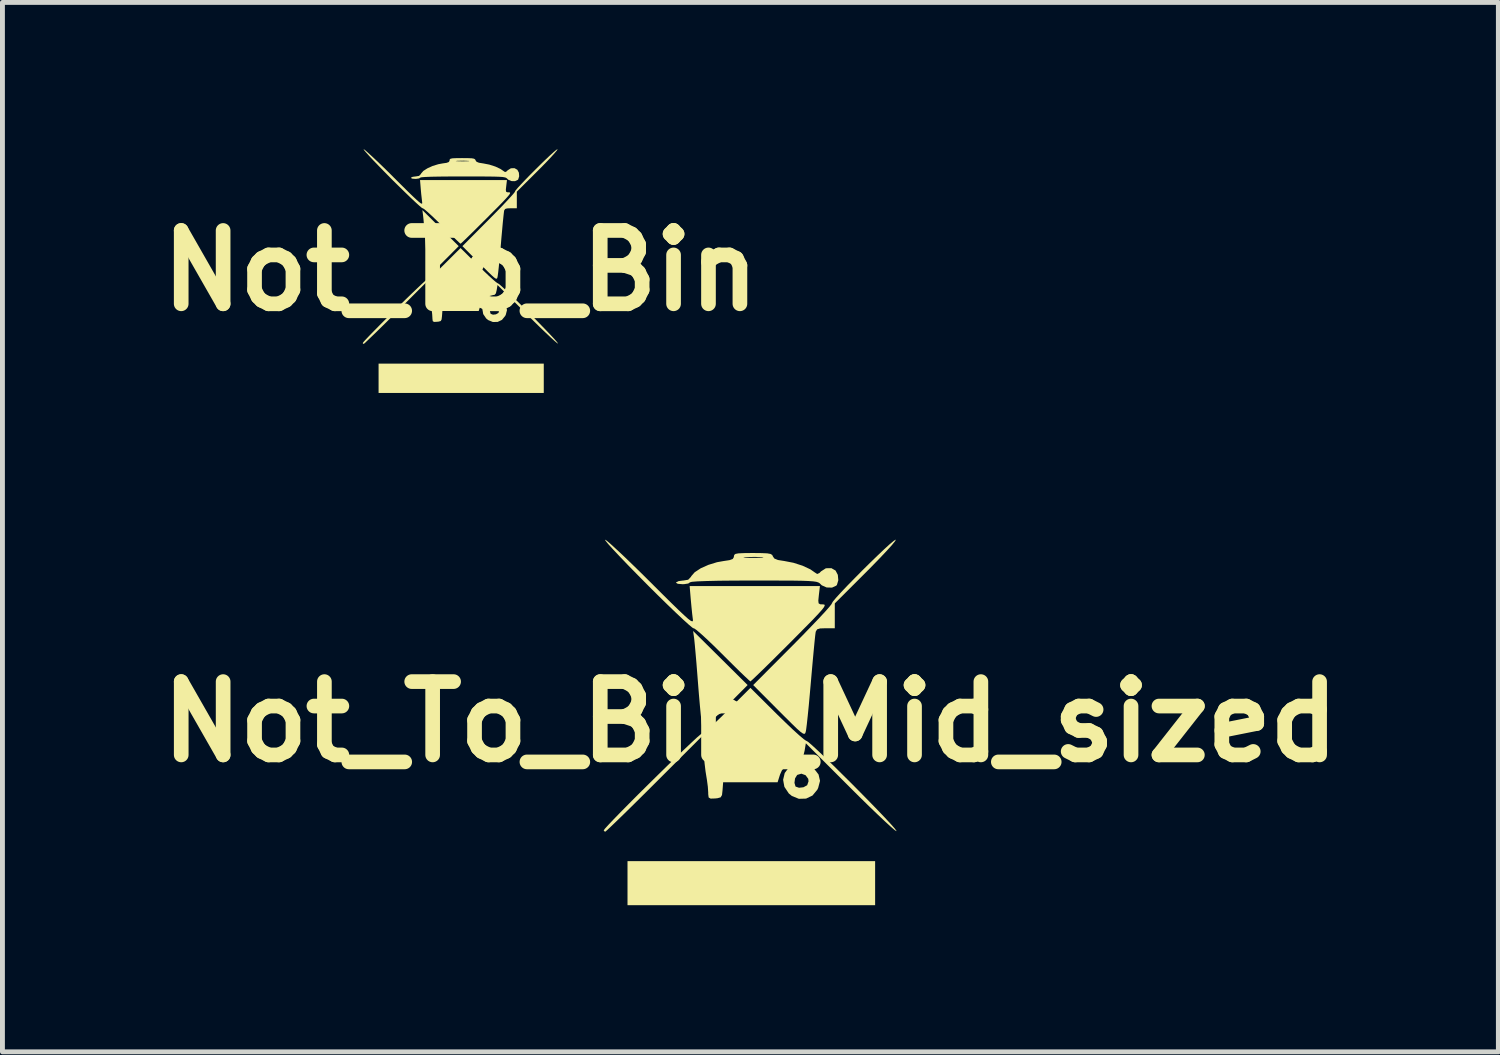
<source format=kicad_pcb>
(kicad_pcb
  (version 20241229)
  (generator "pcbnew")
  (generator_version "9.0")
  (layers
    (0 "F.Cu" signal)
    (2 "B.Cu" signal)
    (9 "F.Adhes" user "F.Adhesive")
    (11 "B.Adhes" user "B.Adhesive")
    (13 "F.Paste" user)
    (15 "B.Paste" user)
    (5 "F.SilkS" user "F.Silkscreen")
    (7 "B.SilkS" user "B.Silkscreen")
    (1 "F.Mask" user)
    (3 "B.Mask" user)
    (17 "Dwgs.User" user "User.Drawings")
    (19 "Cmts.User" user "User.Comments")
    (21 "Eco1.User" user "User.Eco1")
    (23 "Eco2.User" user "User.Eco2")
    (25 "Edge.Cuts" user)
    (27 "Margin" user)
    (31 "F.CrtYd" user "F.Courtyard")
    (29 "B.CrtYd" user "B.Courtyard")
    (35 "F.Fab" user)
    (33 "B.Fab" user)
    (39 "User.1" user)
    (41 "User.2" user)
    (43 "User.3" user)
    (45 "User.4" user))
  (footprint "Not_To_Bin_Mid_sized"
    (layer "F.Cu")
    (at 12.3 11.714)
    (property "Reference" "Not_To_Bin_Mid_sized" (at 0 0 0) (layer "F.SilkS") (effects (font (size 1.5 1.5) (thickness 0.3))))
    (attr board_only exclude_from_pos_files exclude_from_bom)
    (fp_poly (pts (xy 2.551 3.302) (xy 2.551 3.752) (xy 0.019 3.752) (xy -2.514 3.752) (xy -2.514 3.302) (xy -2.514 2.851) (xy 0.019 2.851) (xy 2.551 2.851)) (stroke (width 0) (type solid)) (fill yes) (layer "F.SilkS"))
    (fp_poly (pts (xy -0.614 -1.304) (xy -0.057 -0.751) (xy -0.506 -0.3) (xy -0.655 -0.152) (xy -0.786 -0.024) (xy -0.889 0.074) (xy -0.956 0.135) (xy -0.977 0.15) (xy -0.986 0.114) (xy -0.999 0.014) (xy -1.015 -0.14) (xy -1.034 -0.337) (xy -1.054 -0.567) (xy -1.065 -0.703) (xy -1.085 -0.958) (xy -1.104 -1.197) (xy -1.122 -1.405) (xy -1.137 -1.57) (xy -1.148 -1.68) (xy -1.151 -1.707) (xy -1.172 -1.857)) (stroke (width 0) (type solid)) (fill yes) (layer "F.SilkS"))
    (fp_poly (pts (xy 1.177 0.85) (xy 1.254 0.909) (xy 1.293 0.948) (xy 1.394 1.079) (xy 1.424 1.209) (xy 1.386 1.353) (xy 1.369 1.389) (xy 1.27 1.509) (xy 1.138 1.572) (xy 0.991 1.576) (xy 0.848 1.518) (xy 0.785 1.466) (xy 0.695 1.331) (xy 0.68 1.25) (xy 0.901 1.25) (xy 0.922 1.322) (xy 0.925 1.326) (xy 0.994 1.35) (xy 1.085 1.34) (xy 1.158 1.3) (xy 1.162 1.296) (xy 1.189 1.218) (xy 1.183 1.167) (xy 1.128 1.093) (xy 1.042 1.062) (xy 0.958 1.087) (xy 0.955 1.09) (xy 0.913 1.159) (xy 0.901 1.25) (xy 0.68 1.25) (xy 0.669 1.186) (xy 0.702 1.048) (xy 0.789 0.932) (xy 0.923 0.855) (xy 1.003 0.837) (xy 1.104 0.83)) (stroke (width 0) (type solid)) (fill yes) (layer "F.SilkS"))
    (fp_poly (pts (xy 2.976 -3.725) (xy 2.956 -3.69) (xy 2.891 -3.61) (xy 2.785 -3.493) (xy 2.647 -3.347) (xy 2.484 -3.179) (xy 2.362 -3.056) (xy 1.726 -2.421) (xy 1.726 -2.167) (xy 1.726 -1.913) (xy 1.539 -1.913) (xy 1.425 -1.909) (xy 1.366 -1.891) (xy 1.339 -1.849) (xy 1.334 -1.829) (xy 1.326 -1.769) (xy 1.313 -1.646) (xy 1.296 -1.47) (xy 1.276 -1.254) (xy 1.254 -1.009) (xy 1.238 -0.825) (xy 1.215 -0.565) (xy 1.193 -0.324) (xy 1.172 -0.116) (xy 1.154 0.05) (xy 1.14 0.16) (xy 1.133 0.198) (xy 1.123 0.232) (xy 1.106 0.248) (xy 1.077 0.242) (xy 1.027 0.208) (xy 0.95 0.14) (xy 0.839 0.032) (xy 0.686 -0.12) (xy 0.582 -0.224) (xy 0.057 -0.751) (xy 0.869 -1.566) (xy 1.07 -1.77) (xy 1.251 -1.958) (xy 1.408 -2.122) (xy 1.533 -2.257) (xy 1.62 -2.356) (xy 1.662 -2.411) (xy 1.665 -2.42) (xy 1.686 -2.457) (xy 1.751 -2.535) (xy 1.853 -2.647) (xy 1.982 -2.783) (xy 2.131 -2.935) (xy 2.289 -3.095) (xy 2.45 -3.254) (xy 2.603 -3.402) (xy 2.741 -3.533) (xy 2.854 -3.636) (xy 2.935 -3.703) (xy 2.974 -3.726)) (stroke (width 0) (type solid)) (fill yes) (layer "F.SilkS"))
    (fp_poly (pts (xy -2.945 -3.708) (xy -2.868 -3.644) (xy -2.751 -3.537) (xy -2.599 -3.395) (xy -2.42 -3.223) (xy -2.219 -3.027) (xy -2.056 -2.865) (xy -1.814 -2.624) (xy -1.62 -2.432) (xy -1.469 -2.285) (xy -1.355 -2.178) (xy -1.275 -2.106) (xy -1.221 -2.066) (xy -1.19 -2.053) (xy -1.177 -2.062) (xy -1.176 -2.089) (xy -1.178 -2.101) (xy -1.191 -2.206) (xy -1.206 -2.354) (xy -1.22 -2.504) (xy -1.243 -2.776) (xy 0.09 -2.776) (xy 1.422 -2.776) (xy 1.4 -2.589) (xy 1.389 -2.478) (xy 1.395 -2.423) (xy 1.428 -2.403) (xy 1.486 -2.401) (xy 1.513 -2.397) (xy 1.521 -2.381) (xy 1.507 -2.348) (xy 1.465 -2.292) (xy 1.39 -2.208) (xy 1.279 -2.09) (xy 1.125 -1.934) (xy 0.926 -1.733) (xy 0.807 -1.613) (xy 0.608 -1.415) (xy 0.426 -1.234) (xy 0.268 -1.079) (xy 0.14 -0.955) (xy 0.05 -0.869) (xy 0.004 -0.828) (xy -0.000134 -0.825) (xy -0.031 -0.851) (xy -0.107 -0.922) (xy -0.22 -1.03) (xy -0.361 -1.169) (xy -0.523 -1.33) (xy -0.582 -1.389) (xy -0.748 -1.553) (xy -0.896 -1.694) (xy -1.018 -1.805) (xy -1.107 -1.88) (xy -1.153 -1.911) (xy -1.158 -1.909) (xy -1.187 -1.925) (xy -1.262 -1.988) (xy -1.378 -2.093) (xy -1.528 -2.234) (xy -1.707 -2.406) (xy -1.907 -2.602) (xy -2.085 -2.779) (xy -2.298 -2.994) (xy -2.493 -3.193) (xy -2.663 -3.37) (xy -2.802 -3.518) (xy -2.904 -3.63) (xy -2.963 -3.702) (xy -2.976 -3.726)) (stroke (width 0) (type solid)) (fill yes) (layer "F.SilkS"))
    (fp_poly (pts (xy 0.228 -3.45) (xy 0.344 -3.445) (xy 0.411 -3.433) (xy 0.446 -3.412) (xy 0.46 -3.382) (xy 0.49 -3.339) (xy 0.563 -3.309) (xy 0.695 -3.288) (xy 0.881 -3.252) (xy 1.067 -3.192) (xy 1.226 -3.118) (xy 1.315 -3.056) (xy 1.366 -3.023) (xy 1.412 -3.043) (xy 1.444 -3.076) (xy 1.544 -3.14) (xy 1.656 -3.142) (xy 1.742 -3.093) (xy 1.788 -3.005) (xy 1.798 -2.895) (xy 1.77 -2.801) (xy 1.756 -2.784) (xy 1.669 -2.744) (xy 1.559 -2.747) (xy 1.46 -2.791) (xy 1.436 -2.814) (xy 1.416 -2.834) (xy 1.389 -2.85) (xy 1.348 -2.863) (xy 1.284 -2.872) (xy 1.191 -2.879) (xy 1.059 -2.884) (xy 0.883 -2.887) (xy 0.653 -2.888) (xy 0.362 -2.889) (xy 0.067 -2.889) (xy -0.319 -2.888) (xy -0.641 -2.885) (xy -0.895 -2.879) (xy -1.081 -2.872) (xy -1.196 -2.863) (xy -1.238 -2.852) (xy -1.238 -2.851) (xy -1.271 -2.828) (xy -1.355 -2.815) (xy -1.39 -2.814) (xy -1.485 -2.822) (xy -1.522 -2.843) (xy -1.519 -2.851) (xy -1.469 -2.877) (xy -1.379 -2.889) (xy -1.373 -2.889) (xy -1.273 -2.905) (xy -1.216 -2.965) (xy -1.209 -2.979) (xy -1.14 -3.058) (xy -1.017 -3.139) (xy -0.858 -3.21) (xy -0.682 -3.264) (xy -0.553 -3.287) (xy -0.428 -3.306) (xy -0.362 -3.33) (xy -0.343 -3.361) (xy -0.146 -3.361) (xy -0.121 -3.356) (xy -0.035 -3.353) (xy 0.056 -3.352) (xy 0.184 -3.354) (xy 0.256 -3.357) (xy 0.267 -3.362) (xy 0.236 -3.367) (xy 0.094 -3.372) (xy -0.063 -3.369) (xy -0.102 -3.367) (xy -0.146 -3.361) (xy -0.343 -3.361) (xy -0.339 -3.367) (xy -0.338 -3.382) (xy -0.331 -3.413) (xy -0.304 -3.434) (xy -0.242 -3.445) (xy -0.132 -3.45) (xy 0.039 -3.452) (xy 0.052 -3.452)) (stroke (width 0) (type solid)) (fill yes) (layer "F.SilkS"))
    (fp_poly (pts (xy 0.553 -0.144) (xy 0.721 0.019) (xy 0.871 0.162) (xy 0.997 0.276) (xy 1.089 0.354) (xy 1.139 0.389) (xy 1.145 0.39) (xy 1.18 0.411) (xy 1.259 0.479) (xy 1.375 0.586) (xy 1.521 0.724) (xy 1.689 0.887) (xy 1.871 1.067) (xy 2.062 1.256) (xy 2.252 1.448) (xy 2.435 1.634) (xy 2.604 1.808) (xy 2.751 1.962) (xy 2.869 2.089) (xy 2.95 2.181) (xy 2.988 2.232) (xy 2.989 2.239) (xy 2.957 2.22) (xy 2.878 2.153) (xy 2.76 2.045) (xy 2.607 1.901) (xy 2.426 1.727) (xy 2.224 1.529) (xy 2.047 1.353) (xy 1.134 0.44) (xy 1.108 0.595) (xy 1.083 0.696) (xy 1.047 0.741) (xy 0.996 0.75) (xy 0.867 0.784) (xy 0.742 0.872) (xy 0.643 0.997) (xy 0.606 1.08) (xy 0.556 1.238) (xy -0.001 1.238) (xy -0.558 1.238) (xy -0.57 1.398) (xy -0.581 1.498) (xy -0.609 1.546) (xy -0.674 1.564) (xy -0.722 1.569) (xy -0.814 1.572) (xy -0.854 1.549) (xy -0.863 1.481) (xy -0.863 1.449) (xy -0.871 1.328) (xy -0.89 1.185) (xy -0.898 1.137) (xy -0.918 1.013) (xy -0.938 0.846) (xy -0.955 0.667) (xy -0.958 0.623) (xy -0.983 0.29) (xy -1.964 1.27) (xy -2.188 1.493) (xy -2.395 1.698) (xy -2.579 1.879) (xy -2.736 2.031) (xy -2.857 2.147) (xy -2.938 2.223) (xy -2.973 2.251) (xy -2.974 2.251) (xy -3.001 2.224) (xy -3.001 2.223) (xy -2.976 2.187) (xy -2.904 2.108) (xy -2.793 1.991) (xy -2.65 1.844) (xy -2.482 1.674) (xy -2.296 1.487) (xy -2.099 1.292) (xy -1.898 1.094) (xy -1.701 0.901) (xy -1.514 0.72) (xy -1.345 0.558) (xy -1.201 0.422) (xy -1.089 0.318) (xy -1.015 0.255) (xy -0.988 0.237) (xy -0.954 0.221) (xy -0.877 0.159) (xy -0.764 0.059) (xy -0.626 -0.071) (xy -0.48 -0.214) (xy 0.000072 -0.693)) (stroke (width 0) (type solid)) (fill yes) (layer "F.SilkS")))
  (footprint "Not_To_Bin"
    (layer "F.Cu")
    (at 6.371 2.486)
    (property "Reference" "Not_To_Bin" (at 0 0 0) (layer "F.SilkS") (effects (font (size 1.5 1.5) (thickness 0.3))))
    (attr board_only exclude_from_pos_files exclude_from_bom)
    (fp_poly (pts (xy 1.702 2.202) (xy 1.702 2.502) (xy 0.013 2.502) (xy -1.677 2.502) (xy -1.677 2.202) (xy -1.677 1.902) (xy 0.013 1.902) (xy 1.702 1.902)) (stroke (width 0) (type solid)) (fill yes) (layer "F.SilkS"))
    (fp_poly (pts (xy -0.41 -0.87) (xy -0.038 -0.501) (xy -0.338 -0.2) (xy -0.437 -0.101) (xy -0.524 -0.016) (xy -0.593 0.05) (xy -0.638 0.09) (xy -0.652 0.1) (xy -0.657 0.076) (xy -0.666 0.01) (xy -0.677 -0.093) (xy -0.69 -0.225) (xy -0.703 -0.378) (xy -0.71 -0.469) (xy -0.724 -0.639) (xy -0.737 -0.798) (xy -0.749 -0.937) (xy -0.758 -1.047) (xy -0.766 -1.121) (xy -0.768 -1.139) (xy -0.781 -1.239)) (stroke (width 0) (type solid)) (fill yes) (layer "F.SilkS"))
    (fp_poly (pts (xy 0.785 0.567) (xy 0.836 0.607) (xy 0.863 0.632) (xy 0.93 0.72) (xy 0.95 0.806) (xy 0.925 0.903) (xy 0.913 0.926) (xy 0.847 1.007) (xy 0.759 1.049) (xy 0.661 1.051) (xy 0.566 1.012) (xy 0.524 0.978) (xy 0.463 0.888) (xy 0.454 0.834) (xy 0.601 0.834) (xy 0.615 0.882) (xy 0.617 0.884) (xy 0.663 0.901) (xy 0.724 0.894) (xy 0.772 0.867) (xy 0.775 0.865) (xy 0.793 0.812) (xy 0.789 0.778) (xy 0.752 0.729) (xy 0.695 0.709) (xy 0.639 0.725) (xy 0.637 0.727) (xy 0.609 0.773) (xy 0.601 0.834) (xy 0.454 0.834) (xy 0.446 0.791) (xy 0.468 0.699) (xy 0.526 0.622) (xy 0.616 0.57) (xy 0.669 0.558) (xy 0.737 0.553)) (stroke (width 0) (type solid)) (fill yes) (layer "F.SilkS"))
    (fp_poly (pts (xy 1.985 -2.485) (xy 1.972 -2.461) (xy 1.928 -2.408) (xy 1.858 -2.33) (xy 1.766 -2.232) (xy 1.657 -2.12) (xy 1.575 -2.038) (xy 1.151 -1.615) (xy 1.151 -1.445) (xy 1.151 -1.276) (xy 1.026 -1.276) (xy 0.951 -1.273) (xy 0.911 -1.261) (xy 0.893 -1.233) (xy 0.89 -1.22) (xy 0.885 -1.18) (xy 0.876 -1.098) (xy 0.864 -0.981) (xy 0.851 -0.837) (xy 0.836 -0.673) (xy 0.826 -0.551) (xy 0.811 -0.377) (xy 0.796 -0.216) (xy 0.782 -0.077) (xy 0.77 0.033) (xy 0.76 0.107) (xy 0.756 0.132) (xy 0.749 0.155) (xy 0.738 0.166) (xy 0.718 0.162) (xy 0.685 0.139) (xy 0.634 0.093) (xy 0.56 0.022) (xy 0.458 -0.08) (xy 0.388 -0.15) (xy 0.038 -0.501) (xy 0.579 -1.045) (xy 0.713 -1.181) (xy 0.835 -1.306) (xy 0.939 -1.416) (xy 1.022 -1.506) (xy 1.08 -1.571) (xy 1.109 -1.608) (xy 1.111 -1.614) (xy 1.124 -1.639) (xy 1.168 -1.691) (xy 1.236 -1.765) (xy 1.322 -1.856) (xy 1.421 -1.958) (xy 1.527 -2.064) (xy 1.634 -2.17) (xy 1.736 -2.269) (xy 1.828 -2.356) (xy 1.904 -2.425) (xy 1.958 -2.47) (xy 1.984 -2.486)) (stroke (width 0) (type solid)) (fill yes) (layer "F.SilkS"))
    (fp_poly (pts (xy -1.964 -2.473) (xy -1.913 -2.43) (xy -1.835 -2.359) (xy -1.734 -2.265) (xy -1.614 -2.15) (xy -1.48 -2.019) (xy -1.372 -1.911) (xy -1.21 -1.75) (xy -1.081 -1.622) (xy -0.98 -1.524) (xy -0.904 -1.453) (xy -0.85 -1.405) (xy -0.815 -1.378) (xy -0.794 -1.369) (xy -0.785 -1.375) (xy -0.785 -1.394) (xy -0.786 -1.401) (xy -0.794 -1.472) (xy -0.805 -1.57) (xy -0.814 -1.67) (xy -0.829 -1.852) (xy 0.06 -1.852) (xy 0.949 -1.852) (xy 0.934 -1.727) (xy 0.926 -1.653) (xy 0.931 -1.616) (xy 0.953 -1.603) (xy 0.991 -1.602) (xy 1.009 -1.599) (xy 1.015 -1.588) (xy 1.005 -1.566) (xy 0.977 -1.529) (xy 0.927 -1.473) (xy 0.853 -1.394) (xy 0.751 -1.29) (xy 0.617 -1.156) (xy 0.538 -1.076) (xy 0.405 -0.944) (xy 0.284 -0.823) (xy 0.179 -0.72) (xy 0.094 -0.637) (xy 0.034 -0.58) (xy 0.003 -0.552) (xy -0.00009 -0.551) (xy -0.021 -0.567) (xy -0.071 -0.615) (xy -0.147 -0.687) (xy -0.241 -0.78) (xy -0.349 -0.887) (xy -0.388 -0.926) (xy -0.499 -1.036) (xy -0.598 -1.13) (xy -0.679 -1.204) (xy -0.738 -1.254) (xy -0.769 -1.274) (xy -0.773 -1.274) (xy -0.792 -1.284) (xy -0.842 -1.326) (xy -0.919 -1.396) (xy -1.019 -1.49) (xy -1.138 -1.605) (xy -1.272 -1.736) (xy -1.391 -1.853) (xy -1.533 -1.997) (xy -1.663 -2.13) (xy -1.776 -2.247) (xy -1.869 -2.346) (xy -1.937 -2.422) (xy -1.976 -2.469) (xy -1.985 -2.485)) (stroke (width 0) (type solid)) (fill yes) (layer "F.SilkS"))
    (fp_poly (pts (xy 0.152 -2.301) (xy 0.229 -2.298) (xy 0.274 -2.29) (xy 0.297 -2.276) (xy 0.307 -2.256) (xy 0.327 -2.227) (xy 0.376 -2.207) (xy 0.464 -2.193) (xy 0.588 -2.169) (xy 0.712 -2.129) (xy 0.817 -2.08) (xy 0.877 -2.038) (xy 0.911 -2.016) (xy 0.942 -2.03) (xy 0.963 -2.052) (xy 1.03 -2.094) (xy 1.104 -2.096) (xy 1.162 -2.063) (xy 1.193 -2.004) (xy 1.199 -1.931) (xy 1.18 -1.868) (xy 1.171 -1.857) (xy 1.113 -1.83) (xy 1.04 -1.832) (xy 0.974 -1.861) (xy 0.958 -1.877) (xy 0.944 -1.89) (xy 0.927 -1.901) (xy 0.899 -1.909) (xy 0.857 -1.916) (xy 0.794 -1.92) (xy 0.707 -1.923) (xy 0.589 -1.925) (xy 0.435 -1.926) (xy 0.241 -1.927) (xy 0.044 -1.927) (xy -0.213 -1.926) (xy -0.427 -1.924) (xy -0.597 -1.921) (xy -0.721 -1.916) (xy -0.798 -1.91) (xy -0.826 -1.902) (xy -0.826 -1.902) (xy -0.848 -1.886) (xy -0.904 -1.878) (xy -0.927 -1.877) (xy -0.991 -1.882) (xy -1.015 -1.896) (xy -1.013 -1.902) (xy -0.98 -1.919) (xy -0.92 -1.927) (xy -0.916 -1.927) (xy -0.849 -1.938) (xy -0.811 -1.977) (xy -0.807 -1.987) (xy -0.761 -2.04) (xy -0.678 -2.093) (xy -0.572 -2.141) (xy -0.455 -2.177) (xy -0.369 -2.193) (xy -0.286 -2.205) (xy -0.242 -2.221) (xy -0.228 -2.242) (xy -0.097 -2.242) (xy -0.081 -2.239) (xy -0.023 -2.237) (xy 0.038 -2.236) (xy 0.122 -2.237) (xy 0.171 -2.239) (xy 0.178 -2.243) (xy 0.157 -2.245) (xy 0.063 -2.249) (xy -0.042 -2.247) (xy -0.068 -2.246) (xy -0.097 -2.242) (xy -0.228 -2.242) (xy -0.226 -2.246) (xy -0.225 -2.256) (xy -0.221 -2.277) (xy -0.203 -2.29) (xy -0.161 -2.298) (xy -0.088 -2.301) (xy 0.026 -2.302) (xy 0.035 -2.302)) (stroke (width 0) (type solid)) (fill yes) (layer "F.SilkS"))
    (fp_poly (pts (xy 0.369 -0.096) (xy 0.481 0.013) (xy 0.581 0.108) (xy 0.665 0.184) (xy 0.726 0.236) (xy 0.76 0.259) (xy 0.763 0.26) (xy 0.787 0.274) (xy 0.84 0.32) (xy 0.917 0.391) (xy 1.014 0.483) (xy 1.126 0.592) (xy 1.248 0.712) (xy 1.375 0.838) (xy 1.502 0.965) (xy 1.624 1.09) (xy 1.737 1.206) (xy 1.835 1.309) (xy 1.914 1.393) (xy 1.968 1.455) (xy 1.993 1.489) (xy 1.994 1.493) (xy 1.972 1.48) (xy 1.92 1.436) (xy 1.841 1.364) (xy 1.739 1.268) (xy 1.618 1.152) (xy 1.484 1.02) (xy 1.366 0.903) (xy 0.756 0.294) (xy 0.739 0.397) (xy 0.723 0.464) (xy 0.698 0.494) (xy 0.665 0.5) (xy 0.578 0.523) (xy 0.495 0.582) (xy 0.429 0.665) (xy 0.404 0.72) (xy 0.371 0.826) (xy -0.001 0.826) (xy -0.372 0.826) (xy -0.38 0.932) (xy -0.388 0.999) (xy -0.406 1.031) (xy -0.45 1.043) (xy -0.482 1.046) (xy -0.543 1.049) (xy -0.569 1.033) (xy -0.575 0.988) (xy -0.576 0.966) (xy -0.581 0.886) (xy -0.593 0.79) (xy -0.599 0.758) (xy -0.612 0.676) (xy -0.626 0.564) (xy -0.637 0.445) (xy -0.639 0.416) (xy -0.656 0.193) (xy -1.31 0.847) (xy -1.459 0.996) (xy -1.597 1.132) (xy -1.72 1.253) (xy -1.825 1.354) (xy -1.906 1.432) (xy -1.96 1.483) (xy -1.983 1.501) (xy -1.983 1.501) (xy -2.002 1.483) (xy -2.002 1.483) (xy -1.985 1.459) (xy -1.937 1.406) (xy -1.863 1.328) (xy -1.767 1.23) (xy -1.655 1.116) (xy -1.531 0.992) (xy -1.4 0.862) (xy -1.266 0.73) (xy -1.135 0.601) (xy -1.01 0.48) (xy -0.897 0.372) (xy -0.801 0.281) (xy -0.726 0.212) (xy -0.677 0.17) (xy -0.659 0.158) (xy -0.636 0.148) (xy -0.585 0.106) (xy -0.51 0.039) (xy -0.417 -0.047) (xy -0.32 -0.143) (xy 0.000048 -0.462)) (stroke (width 0) (type solid)) (fill yes) (layer "F.SilkS")))
  (gr_rect
    (start -3 -3)
    (end 27.6 18.466)
    (stroke (width 0.1) (type default))
    (fill no)
    (layer "Edge.Cuts")))
</source>
